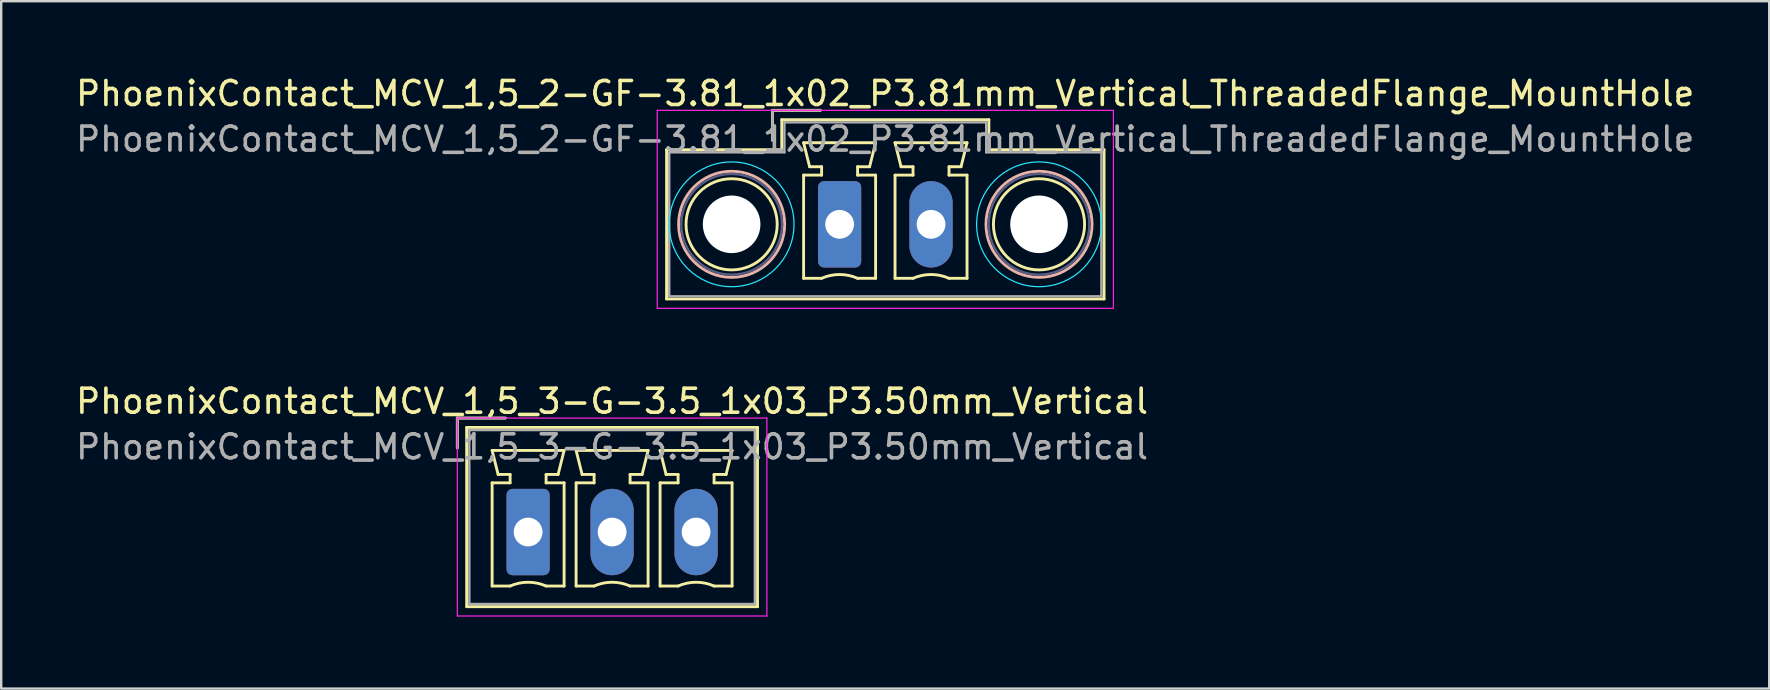
<source format=kicad_pcb>
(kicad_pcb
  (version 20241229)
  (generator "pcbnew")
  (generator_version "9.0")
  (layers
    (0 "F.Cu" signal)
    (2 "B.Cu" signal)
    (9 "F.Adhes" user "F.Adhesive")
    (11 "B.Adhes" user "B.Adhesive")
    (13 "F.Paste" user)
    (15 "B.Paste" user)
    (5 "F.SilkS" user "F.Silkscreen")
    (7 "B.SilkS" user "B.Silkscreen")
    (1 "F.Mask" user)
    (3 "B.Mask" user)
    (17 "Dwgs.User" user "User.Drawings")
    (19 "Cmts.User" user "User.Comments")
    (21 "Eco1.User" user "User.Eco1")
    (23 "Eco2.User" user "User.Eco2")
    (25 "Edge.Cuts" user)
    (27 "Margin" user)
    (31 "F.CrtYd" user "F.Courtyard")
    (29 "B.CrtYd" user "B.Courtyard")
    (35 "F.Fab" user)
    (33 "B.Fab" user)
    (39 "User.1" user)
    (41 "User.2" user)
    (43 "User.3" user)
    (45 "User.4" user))
  (footprint "PhoenixContact_MCV_1,5_3-G-3.5_1x03_P3.50mm_Vertical"
    (layer "F.Cu")
    (at 18.958 19.122)
    (property "Reference" "PhoenixContact_MCV_1,5_3-G-3.5_1x03_P3.50mm_Vertical" (at 3.5 -5.45 0) (layer "F.SilkS") (effects (font (size 1 1) (thickness 0.15))))
    (attr through_hole)
    (fp_line (start -2.95 -4.75) (end -0.95 -4.75) (stroke (width 0.12) (type solid)) (layer "F.SilkS"))
    (fp_line (start -2.95 -3.5) (end -2.95 -4.75) (stroke (width 0.12) (type solid)) (layer "F.SilkS"))
    (fp_line (start -2.56 -4.36) (end -2.56 3.11) (stroke (width 0.12) (type solid)) (layer "F.SilkS"))
    (fp_line (start -2.56 3.11) (end 9.56 3.11) (stroke (width 0.12) (type solid)) (layer "F.SilkS"))
    (fp_line (start -1.5 -3.4) (end 1.5 -3.4) (stroke (width 0.12) (type solid)) (layer "F.SilkS"))
    (fp_line (start -1.5 -2.05) (end -0.75 -2.05) (stroke (width 0.12) (type solid)) (layer "F.SilkS"))
    (fp_line (start -1.5 2.25) (end -1.5 -2.05) (stroke (width 0.12) (type solid)) (layer "F.SilkS"))
    (fp_line (start -1.25 -2.4) (end -1.5 -3.4) (stroke (width 0.12) (type solid)) (layer "F.SilkS"))
    (fp_line (start -0.75 -2.4) (end -1.25 -2.4) (stroke (width 0.12) (type solid)) (layer "F.SilkS"))
    (fp_line (start -0.75 -2.05) (end -0.75 -2.4) (stroke (width 0.12) (type solid)) (layer "F.SilkS"))
    (fp_line (start -0.75 2.25) (end -1.5 2.25) (stroke (width 0.12) (type solid)) (layer "F.SilkS"))
    (fp_line (start 0.75 -2.4) (end 0.75 -2.05) (stroke (width 0.12) (type solid)) (layer "F.SilkS"))
    (fp_line (start 0.75 -2.05) (end 1.5 -2.05) (stroke (width 0.12) (type solid)) (layer "F.SilkS"))
    (fp_line (start 1.25 -2.4) (end 0.75 -2.4) (stroke (width 0.12) (type solid)) (layer "F.SilkS"))
    (fp_line (start 1.5 -3.4) (end 1.25 -2.4) (stroke (width 0.12) (type solid)) (layer "F.SilkS"))
    (fp_line (start 1.5 -2.05) (end 1.5 2.25) (stroke (width 0.12) (type solid)) (layer "F.SilkS"))
    (fp_line (start 1.5 2.25) (end 0.75 2.25) (stroke (width 0.12) (type solid)) (layer "F.SilkS"))
    (fp_line (start 2 -3.4) (end 5 -3.4) (stroke (width 0.12) (type solid)) (layer "F.SilkS"))
    (fp_line (start 2 -2.05) (end 2.75 -2.05) (stroke (width 0.12) (type solid)) (layer "F.SilkS"))
    (fp_line (start 2 2.25) (end 2 -2.05) (stroke (width 0.12) (type solid)) (layer "F.SilkS"))
    (fp_line (start 2.25 -2.4) (end 2 -3.4) (stroke (width 0.12) (type solid)) (layer "F.SilkS"))
    (fp_line (start 2.75 -2.4) (end 2.25 -2.4) (stroke (width 0.12) (type solid)) (layer "F.SilkS"))
    (fp_line (start 2.75 -2.05) (end 2.75 -2.4) (stroke (width 0.12) (type solid)) (layer "F.SilkS"))
    (fp_line (start 2.75 2.25) (end 2 2.25) (stroke (width 0.12) (type solid)) (layer "F.SilkS"))
    (fp_line (start 4.25 -2.4) (end 4.25 -2.05) (stroke (width 0.12) (type solid)) (layer "F.SilkS"))
    (fp_line (start 4.25 -2.05) (end 5 -2.05) (stroke (width 0.12) (type solid)) (layer "F.SilkS"))
    (fp_line (start 4.75 -2.4) (end 4.25 -2.4) (stroke (width 0.12) (type solid)) (layer "F.SilkS"))
    (fp_line (start 5 -3.4) (end 4.75 -2.4) (stroke (width 0.12) (type solid)) (layer "F.SilkS"))
    (fp_line (start 5 -2.05) (end 5 2.25) (stroke (width 0.12) (type solid)) (layer "F.SilkS"))
    (fp_line (start 5 2.25) (end 4.25 2.25) (stroke (width 0.12) (type solid)) (layer "F.SilkS"))
    (fp_line (start 5.5 -3.4) (end 8.5 -3.4) (stroke (width 0.12) (type solid)) (layer "F.SilkS"))
    (fp_line (start 5.5 -2.05) (end 6.25 -2.05) (stroke (width 0.12) (type solid)) (layer "F.SilkS"))
    (fp_line (start 5.5 2.25) (end 5.5 -2.05) (stroke (width 0.12) (type solid)) (layer "F.SilkS"))
    (fp_line (start 5.75 -2.4) (end 5.5 -3.4) (stroke (width 0.12) (type solid)) (layer "F.SilkS"))
    (fp_line (start 6.25 -2.4) (end 5.75 -2.4) (stroke (width 0.12) (type solid)) (layer "F.SilkS"))
    (fp_line (start 6.25 -2.05) (end 6.25 -2.4) (stroke (width 0.12) (type solid)) (layer "F.SilkS"))
    (fp_line (start 6.25 2.25) (end 5.5 2.25) (stroke (width 0.12) (type solid)) (layer "F.SilkS"))
    (fp_line (start 7.75 -2.4) (end 7.75 -2.05) (stroke (width 0.12) (type solid)) (layer "F.SilkS"))
    (fp_line (start 7.75 -2.05) (end 8.5 -2.05) (stroke (width 0.12) (type solid)) (layer "F.SilkS"))
    (fp_line (start 8.25 -2.4) (end 7.75 -2.4) (stroke (width 0.12) (type solid)) (layer "F.SilkS"))
    (fp_line (start 8.5 -3.4) (end 8.25 -2.4) (stroke (width 0.12) (type solid)) (layer "F.SilkS"))
    (fp_line (start 8.5 -2.05) (end 8.5 2.25) (stroke (width 0.12) (type solid)) (layer "F.SilkS"))
    (fp_line (start 8.5 2.25) (end 7.75 2.25) (stroke (width 0.12) (type solid)) (layer "F.SilkS"))
    (fp_line (start 9.56 -4.36) (end -2.56 -4.36) (stroke (width 0.12) (type solid)) (layer "F.SilkS"))
    (fp_line (start 9.56 3.11) (end 9.56 -4.36) (stroke (width 0.12) (type solid)) (layer "F.SilkS"))
    (fp_arc (start -0.75 2.25) (mid -0.000193 2.09191) (end 0.749647 2.249844) (stroke (width 0.12) (type solid)) (layer "F.SilkS"))
    (fp_arc (start 2.75 2.25) (mid 3.499807 2.09191) (end 4.249647 2.249844) (stroke (width 0.12) (type solid)) (layer "F.SilkS"))
    (fp_arc (start 6.25 2.25) (mid 6.999807 2.09191) (end 7.749647 2.249844) (stroke (width 0.12) (type solid)) (layer "F.SilkS"))
    (fp_line (start -2.95 -4.75) (end -2.95 3.5) (stroke (width 0.05) (type solid)) (layer "F.CrtYd"))
    (fp_line (start -2.95 3.5) (end 9.95 3.5) (stroke (width 0.05) (type solid)) (layer "F.CrtYd"))
    (fp_line (start 9.95 -4.75) (end -2.95 -4.75) (stroke (width 0.05) (type solid)) (layer "F.CrtYd"))
    (fp_line (start 9.95 3.5) (end 9.95 -4.75) (stroke (width 0.05) (type solid)) (layer "F.CrtYd"))
    (fp_line (start -2.95 -4.75) (end -0.95 -4.75) (stroke (width 0.1) (type solid)) (layer "F.Fab"))
    (fp_line (start -2.95 -3.5) (end -2.95 -4.75) (stroke (width 0.1) (type solid)) (layer "F.Fab"))
    (fp_line (start -2.45 -4.25) (end -2.45 3) (stroke (width 0.1) (type solid)) (layer "F.Fab"))
    (fp_line (start -2.45 3) (end 9.45 3) (stroke (width 0.1) (type solid)) (layer "F.Fab"))
    (fp_line (start 9.45 -4.25) (end -2.45 -4.25) (stroke (width 0.1) (type solid)) (layer "F.Fab"))
    (fp_line (start 9.45 3) (end 9.45 -4.25) (stroke (width 0.1) (type solid)) (layer "F.Fab"))
    (fp_text user "${REFERENCE}" (at 3.5 -3.55 0) (layer "F.Fab") (effects (font (size 1 1) (thickness 0.15))))
    (pad "1" thru_hole roundrect (at 0 0) (size 1.8 3.6) (drill 1.2) (layers "*.Cu" "*.Mask") (roundrect_rratio 0.139))
    (pad "2" thru_hole oval (at 3.5 0) (size 1.8 3.6) (drill 1.2) (layers "*.Cu" "*.Mask"))
    (pad "3" thru_hole oval (at 7 0) (size 1.8 3.6) (drill 1.2) (layers "*.Cu" "*.Mask")))
  (footprint "PhoenixContact_MCV_1,5_2-GF-3.81_1x02_P3.81mm_Vertical_ThreadedFlange_MountHole"
    (layer "F.Cu")
    (at 31.939 6.298)
    (property "Reference" "PhoenixContact_MCV_1,5_2-GF-3.81_1x02_P3.81mm_Vertical_ThreadedFlange_MountHole" (at 1.9 -5.45 0) (layer "F.SilkS") (effects (font (size 1 1) (thickness 0.15))))
    (attr through_hole)
    (fp_line (start -7.21 -3.11) (end -7.21 3.11) (stroke (width 0.12) (type solid)) (layer "F.SilkS"))
    (fp_line (start -7.21 3.11) (end 11.02 3.11) (stroke (width 0.12) (type solid)) (layer "F.SilkS"))
    (fp_line (start -2.8 -4.75) (end -0.8 -4.75) (stroke (width 0.12) (type solid)) (layer "F.SilkS"))
    (fp_line (start -2.8 -3.5) (end -2.8 -4.75) (stroke (width 0.12) (type solid)) (layer "F.SilkS"))
    (fp_line (start -2.41 -4.36) (end -2.41 -3.11) (stroke (width 0.12) (type solid)) (layer "F.SilkS"))
    (fp_line (start -2.41 -3.11) (end -7.21 -3.11) (stroke (width 0.12) (type solid)) (layer "F.SilkS"))
    (fp_line (start -1.5 -3.4) (end 1.5 -3.4) (stroke (width 0.12) (type solid)) (layer "F.SilkS"))
    (fp_line (start -1.5 -2.05) (end -0.75 -2.05) (stroke (width 0.12) (type solid)) (layer "F.SilkS"))
    (fp_line (start -1.5 2.25) (end -1.5 -2.05) (stroke (width 0.12) (type solid)) (layer "F.SilkS"))
    (fp_line (start -1.25 -2.4) (end -1.5 -3.4) (stroke (width 0.12) (type solid)) (layer "F.SilkS"))
    (fp_line (start -0.75 -2.4) (end -1.25 -2.4) (stroke (width 0.12) (type solid)) (layer "F.SilkS"))
    (fp_line (start -0.75 -2.05) (end -0.75 -2.4) (stroke (width 0.12) (type solid)) (layer "F.SilkS"))
    (fp_line (start -0.75 2.25) (end -1.5 2.25) (stroke (width 0.12) (type solid)) (layer "F.SilkS"))
    (fp_line (start 0.75 -2.4) (end 0.75 -2.05) (stroke (width 0.12) (type solid)) (layer "F.SilkS"))
    (fp_line (start 0.75 -2.05) (end 1.5 -2.05) (stroke (width 0.12) (type solid)) (layer "F.SilkS"))
    (fp_line (start 1.25 -2.4) (end 0.75 -2.4) (stroke (width 0.12) (type solid)) (layer "F.SilkS"))
    (fp_line (start 1.5 -3.4) (end 1.25 -2.4) (stroke (width 0.12) (type solid)) (layer "F.SilkS"))
    (fp_line (start 1.5 -2.05) (end 1.5 2.25) (stroke (width 0.12) (type solid)) (layer "F.SilkS"))
    (fp_line (start 1.5 2.25) (end 0.75 2.25) (stroke (width 0.12) (type solid)) (layer "F.SilkS"))
    (fp_line (start 2.31 -3.4) (end 5.31 -3.4) (stroke (width 0.12) (type solid)) (layer "F.SilkS"))
    (fp_line (start 2.31 -2.05) (end 3.06 -2.05) (stroke (width 0.12) (type solid)) (layer "F.SilkS"))
    (fp_line (start 2.31 2.25) (end 2.31 -2.05) (stroke (width 0.12) (type solid)) (layer "F.SilkS"))
    (fp_line (start 2.56 -2.4) (end 2.31 -3.4) (stroke (width 0.12) (type solid)) (layer "F.SilkS"))
    (fp_line (start 3.06 -2.4) (end 2.56 -2.4) (stroke (width 0.12) (type solid)) (layer "F.SilkS"))
    (fp_line (start 3.06 -2.05) (end 3.06 -2.4) (stroke (width 0.12) (type solid)) (layer "F.SilkS"))
    (fp_line (start 3.06 2.25) (end 2.31 2.25) (stroke (width 0.12) (type solid)) (layer "F.SilkS"))
    (fp_line (start 4.56 -2.4) (end 4.56 -2.05) (stroke (width 0.12) (type solid)) (layer "F.SilkS"))
    (fp_line (start 4.56 -2.05) (end 5.31 -2.05) (stroke (width 0.12) (type solid)) (layer "F.SilkS"))
    (fp_line (start 5.06 -2.4) (end 4.56 -2.4) (stroke (width 0.12) (type solid)) (layer "F.SilkS"))
    (fp_line (start 5.31 -3.4) (end 5.06 -2.4) (stroke (width 0.12) (type solid)) (layer "F.SilkS"))
    (fp_line (start 5.31 -2.05) (end 5.31 2.25) (stroke (width 0.12) (type solid)) (layer "F.SilkS"))
    (fp_line (start 5.31 2.25) (end 4.56 2.25) (stroke (width 0.12) (type solid)) (layer "F.SilkS"))
    (fp_line (start 6.22 -4.36) (end -2.41 -4.36) (stroke (width 0.12) (type solid)) (layer "F.SilkS"))
    (fp_line (start 6.22 -3.11) (end 6.22 -4.36) (stroke (width 0.12) (type solid)) (layer "F.SilkS"))
    (fp_line (start 11.02 -3.11) (end 6.22 -3.11) (stroke (width 0.12) (type solid)) (layer "F.SilkS"))
    (fp_line (start 11.02 3.11) (end 11.02 -3.11) (stroke (width 0.12) (type solid)) (layer "F.SilkS"))
    (fp_arc (start -0.75 2.25) (mid -0.000193 2.09191) (end 0.749647 2.249844) (stroke (width 0.12) (type solid)) (layer "F.SilkS"))
    (fp_arc (start 3.06 2.25) (mid 3.809807 2.09191) (end 4.559647 2.249844) (stroke (width 0.12) (type solid)) (layer "F.SilkS"))
    (fp_circle (center -4.5 0) (end -2.6 0) (stroke (width 0.12) (type solid)) (fill no) (layer "F.SilkS"))
    (fp_circle (center 8.31 0) (end 10.21 0) (stroke (width 0.12) (type solid)) (fill no) (layer "F.SilkS"))
    (fp_circle (center -4.5 0) (end -2.29 0) (stroke (width 0.12) (type solid)) (fill no) (layer "B.SilkS"))
    (fp_circle (center 8.31 0) (end 10.52 0) (stroke (width 0.12) (type solid)) (fill no) (layer "B.SilkS"))
    (fp_circle (center -4.5 0) (end -1.9 0) (stroke (width 0.05) (type solid)) (fill no) (layer "B.CrtYd"))
    (fp_circle (center 8.31 0) (end 10.91 0) (stroke (width 0.05) (type solid)) (fill no) (layer "B.CrtYd"))
    (fp_line (start -7.6 -4.75) (end -7.6 3.5) (stroke (width 0.05) (type solid)) (layer "F.CrtYd"))
    (fp_line (start -7.6 3.5) (end 11.41 3.5) (stroke (width 0.05) (type solid)) (layer "F.CrtYd"))
    (fp_line (start 11.41 -4.75) (end -7.6 -4.75) (stroke (width 0.05) (type solid)) (layer "F.CrtYd"))
    (fp_line (start 11.41 3.5) (end 11.41 -4.75) (stroke (width 0.05) (type solid)) (layer "F.CrtYd"))
    (fp_circle (center -4.5 0) (end -2.4 0) (stroke (width 0.1) (type solid)) (fill no) (layer "B.Fab"))
    (fp_circle (center 8.31 0) (end 10.41 0) (stroke (width 0.1) (type solid)) (fill no) (layer "B.Fab"))
    (fp_line (start -7.1 -3) (end -7.1 3) (stroke (width 0.1) (type solid)) (layer "F.Fab"))
    (fp_line (start -7.1 3) (end 10.91 3) (stroke (width 0.1) (type solid)) (layer "F.Fab"))
    (fp_line (start -2.8 -4.75) (end -0.8 -4.75) (stroke (width 0.1) (type solid)) (layer "F.Fab"))
    (fp_line (start -2.8 -3.5) (end -2.8 -4.75) (stroke (width 0.1) (type solid)) (layer "F.Fab"))
    (fp_line (start -2.3 -4.25) (end -2.3 -3) (stroke (width 0.1) (type solid)) (layer "F.Fab"))
    (fp_line (start -2.3 -3) (end -7.1 -3) (stroke (width 0.1) (type solid)) (layer "F.Fab"))
    (fp_line (start 6.11 -4.25) (end -2.3 -4.25) (stroke (width 0.1) (type solid)) (layer "F.Fab"))
    (fp_line (start 6.11 -3) (end 6.11 -4.25) (stroke (width 0.1) (type solid)) (layer "F.Fab"))
    (fp_line (start 10.91 -3) (end 6.11 -3) (stroke (width 0.1) (type solid)) (layer "F.Fab"))
    (fp_line (start 10.91 3) (end 10.91 -3) (stroke (width 0.1) (type solid)) (layer "F.Fab"))
    (fp_text user "${REFERENCE}" (at 1.9 -3.55 0) (layer "F.Fab") (effects (font (size 1 1) (thickness 0.15))))
    (pad "" np_thru_hole circle (at -4.5 0) (size 2.4 2.4) (drill 2.4) (layers "*.Cu" "*.Mask"))
    (pad "" np_thru_hole circle (at 8.31 0) (size 2.4 2.4) (drill 2.4) (layers "*.Cu" "*.Mask"))
    (pad "1" thru_hole roundrect (at 0 0) (size 1.8 3.6) (drill 1.2) (layers "*.Cu" "*.Mask") (roundrect_rratio 0.139))
    (pad "2" thru_hole oval (at 3.81 0) (size 1.8 3.6) (drill 1.2) (layers "*.Cu" "*.Mask")))
  (gr_rect
    (start -3 -3)
    (end 70.679 25.646)
    (stroke (width 0.1) (type default))
    (fill no)
    (layer "Edge.Cuts")))
</source>
